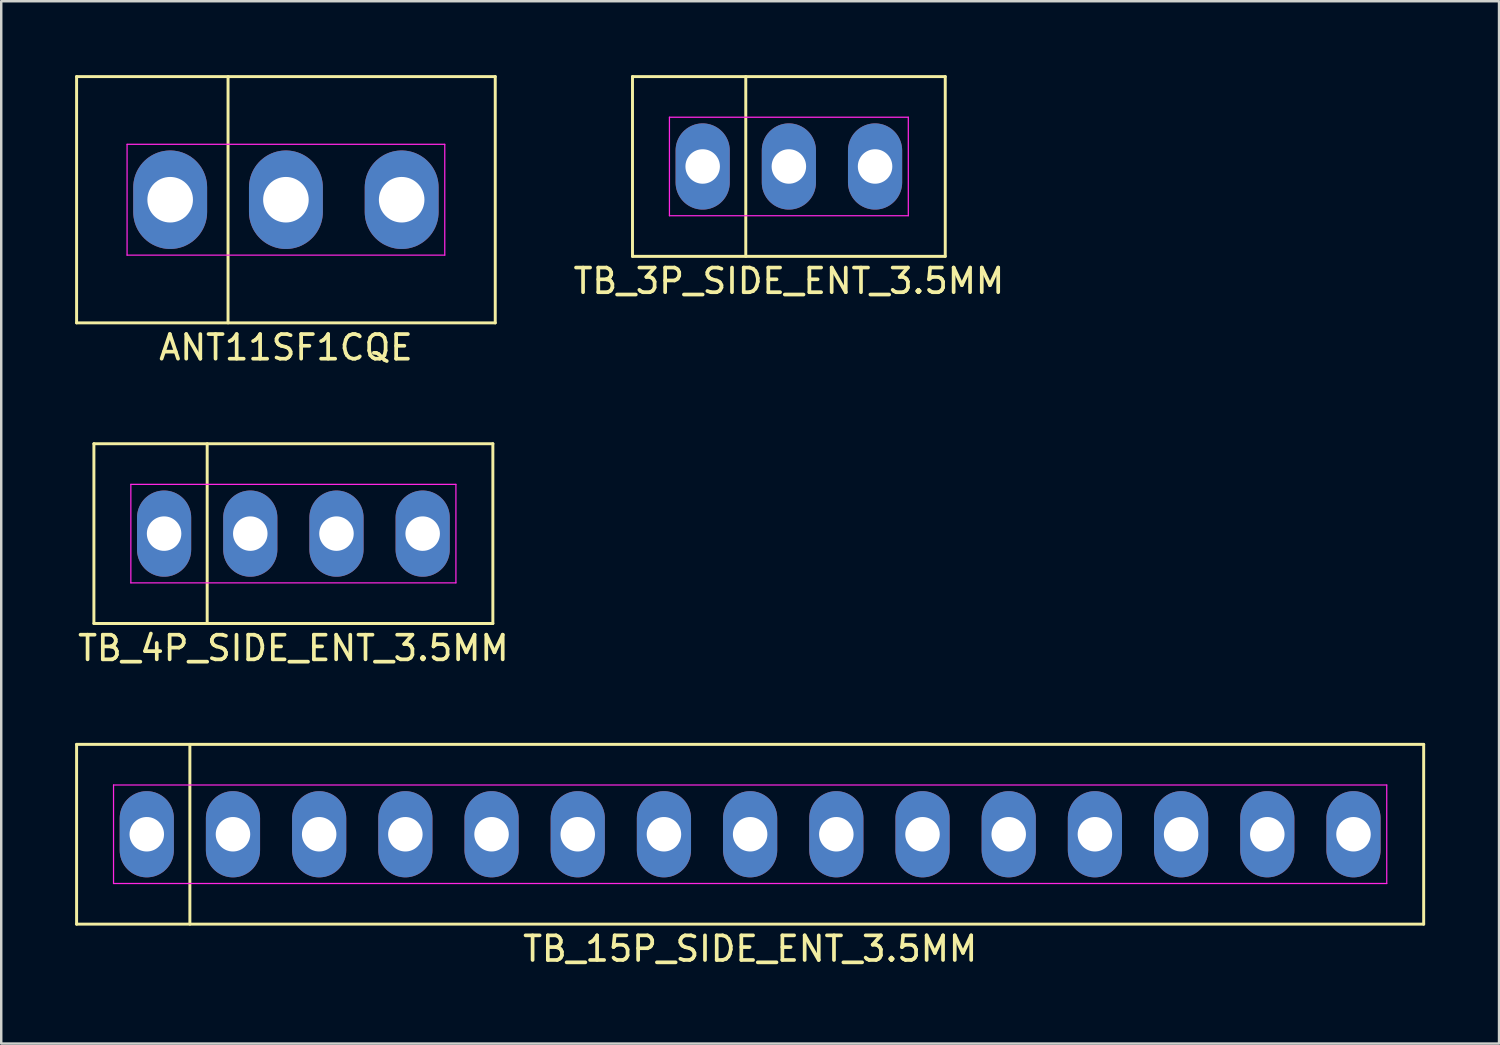
<source format=kicad_pcb>
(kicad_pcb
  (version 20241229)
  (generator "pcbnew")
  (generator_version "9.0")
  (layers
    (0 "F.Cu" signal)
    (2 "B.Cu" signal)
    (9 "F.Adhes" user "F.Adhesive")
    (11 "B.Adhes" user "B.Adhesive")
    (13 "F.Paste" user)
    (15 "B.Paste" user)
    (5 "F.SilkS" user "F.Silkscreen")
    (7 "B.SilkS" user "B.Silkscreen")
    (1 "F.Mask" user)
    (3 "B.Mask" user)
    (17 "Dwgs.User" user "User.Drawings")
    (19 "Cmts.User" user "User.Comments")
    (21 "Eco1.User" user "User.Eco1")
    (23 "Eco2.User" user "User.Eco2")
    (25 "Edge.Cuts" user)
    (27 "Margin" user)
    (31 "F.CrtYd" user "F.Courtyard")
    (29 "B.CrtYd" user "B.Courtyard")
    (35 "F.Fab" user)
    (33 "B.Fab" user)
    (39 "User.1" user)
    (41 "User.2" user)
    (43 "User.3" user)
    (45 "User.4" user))
  (footprint "TB_15P_SIDE_ENT_3.5MM"
    (layer "F.Cu")
    (at 27.41 30.826)
    (property "Reference" "TB_15P_SIDE_ENT_3.5MM" (at 0 4.65 0) (layer "F.SilkS") (effects (font (size 1 1) (thickness 0.15))))
    (attr through_hole)
    (fp_line (start -27.35 -3.65) (end 27.35 -3.65) (stroke (width 0.12) (type solid)) (layer "F.SilkS"))
    (fp_line (start -27.35 3.65) (end -27.35 -3.65) (stroke (width 0.12) (type solid)) (layer "F.SilkS"))
    (fp_line (start -22.75 -3.65) (end -22.75 3.65) (stroke (width 0.12) (type solid)) (layer "F.SilkS"))
    (fp_line (start 27.35 -3.65) (end 27.35 3.65) (stroke (width 0.12) (type solid)) (layer "F.SilkS"))
    (fp_line (start 27.35 3.65) (end -27.35 3.65) (stroke (width 0.12) (type solid)) (layer "F.SilkS"))
    (fp_line (start -25.85 -2) (end 25.85 -2) (stroke (width 0.05) (type solid)) (layer "F.CrtYd"))
    (fp_line (start -25.85 2) (end -25.85 -2) (stroke (width 0.05) (type solid)) (layer "F.CrtYd"))
    (fp_line (start 25.85 -2) (end 25.85 2) (stroke (width 0.05) (type solid)) (layer "F.CrtYd"))
    (fp_line (start 25.85 2) (end -25.85 2) (stroke (width 0.05) (type solid)) (layer "F.CrtYd"))
    (pad "1" thru_hole oval (at -24.5 0) (size 2.2 3.5) (drill 1.4) (layers "*.Cu" "*.Mask"))
    (pad "2" thru_hole oval (at -21 0) (size 2.2 3.5) (drill 1.4) (layers "*.Cu" "*.Mask"))
    (pad "3" thru_hole oval (at -17.5 0) (size 2.2 3.5) (drill 1.4) (layers "*.Cu" "*.Mask"))
    (pad "4" thru_hole oval (at -14 0) (size 2.2 3.5) (drill 1.4) (layers "*.Cu" "*.Mask"))
    (pad "5" thru_hole oval (at -10.5 0) (size 2.2 3.5) (drill 1.4) (layers "*.Cu" "*.Mask"))
    (pad "6" thru_hole oval (at -7 0) (size 2.2 3.5) (drill 1.4) (layers "*.Cu" "*.Mask"))
    (pad "7" thru_hole oval (at -3.5 0) (size 2.2 3.5) (drill 1.4) (layers "*.Cu" "*.Mask"))
    (pad "8" thru_hole oval (at 0 0) (size 2.2 3.5) (drill 1.4) (layers "*.Cu" "*.Mask"))
    (pad "9" thru_hole oval (at 3.5 0) (size 2.2 3.5) (drill 1.4) (layers "*.Cu" "*.Mask"))
    (pad "10" thru_hole oval (at 7 0) (size 2.2 3.5) (drill 1.4) (layers "*.Cu" "*.Mask"))
    (pad "11" thru_hole oval (at 10.5 0) (size 2.2 3.5) (drill 1.4) (layers "*.Cu" "*.Mask"))
    (pad "12" thru_hole oval (at 14 0) (size 2.2 3.5) (drill 1.4) (layers "*.Cu" "*.Mask"))
    (pad "13" thru_hole oval (at 17.5 0) (size 2.2 3.5) (drill 1.4) (layers "*.Cu" "*.Mask"))
    (pad "14" thru_hole oval (at 21 0) (size 2.2 3.5) (drill 1.4) (layers "*.Cu" "*.Mask"))
    (pad "15" thru_hole oval (at 24.5 0) (size 2.2 3.5) (drill 1.4) (layers "*.Cu" "*.Mask")))
  (footprint "ANT11SF1CQE"
    (layer "F.Cu")
    (at 8.56 5.06)
    (property "Reference" "ANT11SF1CQE" (at 0 6 0) (layer "F.SilkS") (effects (font (size 1 1) (thickness 0.15))))
    (attr through_hole)
    (fp_line (start -8.5 -5) (end 8.5 -5) (stroke (width 0.12) (type solid)) (layer "F.SilkS"))
    (fp_line (start -8.5 5) (end -8.5 -5) (stroke (width 0.12) (type solid)) (layer "F.SilkS"))
    (fp_line (start -2.35 -5) (end -2.35 5) (stroke (width 0.12) (type solid)) (layer "F.SilkS"))
    (fp_line (start 8.5 -5) (end 8.5 5) (stroke (width 0.12) (type solid)) (layer "F.SilkS"))
    (fp_line (start 8.5 5) (end -8.5 5) (stroke (width 0.12) (type solid)) (layer "F.SilkS"))
    (fp_line (start -6.45 -2.25) (end 6.45 -2.25) (stroke (width 0.05) (type solid)) (layer "F.CrtYd"))
    (fp_line (start -6.45 2.25) (end -6.45 -2.25) (stroke (width 0.05) (type solid)) (layer "F.CrtYd"))
    (fp_line (start 6.45 -2.25) (end 6.45 2.25) (stroke (width 0.05) (type solid)) (layer "F.CrtYd"))
    (fp_line (start 6.45 2.25) (end -6.45 2.25) (stroke (width 0.05) (type solid)) (layer "F.CrtYd"))
    (pad "1" thru_hole oval (at -4.7 0) (size 3 4) (drill 1.85) (layers "*.Cu" "*.Mask"))
    (pad "2" thru_hole oval (at 0 0) (size 3 4) (drill 1.85) (layers "*.Cu" "*.Mask"))
    (pad "3" thru_hole oval (at 4.7 0) (size 3 4) (drill 1.85) (layers "*.Cu" "*.Mask")))
  (footprint "TB_4P_SIDE_ENT_3.5MM"
    (layer "F.Cu")
    (at 8.863 18.618)
    (property "Reference" "TB_4P_SIDE_ENT_3.5MM" (at 0 4.65 0) (layer "F.SilkS") (effects (font (size 1 1) (thickness 0.15))))
    (attr through_hole)
    (fp_line (start -8.1 -3.65) (end 8.1 -3.65) (stroke (width 0.12) (type solid)) (layer "F.SilkS"))
    (fp_line (start -8.1 3.65) (end -8.1 -3.65) (stroke (width 0.12) (type solid)) (layer "F.SilkS"))
    (fp_line (start -3.5 -3.65) (end -3.5 3.65) (stroke (width 0.12) (type solid)) (layer "F.SilkS"))
    (fp_line (start 8.1 -3.65) (end 8.1 3.65) (stroke (width 0.12) (type solid)) (layer "F.SilkS"))
    (fp_line (start 8.1 3.65) (end -8.1 3.65) (stroke (width 0.12) (type solid)) (layer "F.SilkS"))
    (fp_line (start -6.6 -2) (end 6.6 -2) (stroke (width 0.05) (type solid)) (layer "F.CrtYd"))
    (fp_line (start -6.6 2) (end -6.6 -2) (stroke (width 0.05) (type solid)) (layer "F.CrtYd"))
    (fp_line (start 6.6 -2) (end 6.6 2) (stroke (width 0.05) (type solid)) (layer "F.CrtYd"))
    (fp_line (start 6.6 2) (end -6.6 2) (stroke (width 0.05) (type solid)) (layer "F.CrtYd"))
    (pad "1" thru_hole oval (at -5.25 0) (size 2.2 3.5) (drill 1.4) (layers "*.Cu" "*.Mask"))
    (pad "2" thru_hole oval (at -1.75 0) (size 2.2 3.5) (drill 1.4) (layers "*.Cu" "*.Mask"))
    (pad "3" thru_hole oval (at 1.75 0) (size 2.2 3.5) (drill 1.4) (layers "*.Cu" "*.Mask"))
    (pad "4" thru_hole oval (at 5.25 0) (size 2.2 3.5) (drill 1.4) (layers "*.Cu" "*.Mask")))
  (footprint "TB_3P_SIDE_ENT_3.5MM"
    (layer "F.Cu")
    (at 28.983 3.71)
    (property "Reference" "TB_3P_SIDE_ENT_3.5MM" (at 0 4.65 0) (layer "F.SilkS") (effects (font (size 1 1) (thickness 0.15))))
    (attr through_hole)
    (fp_line (start -6.35 -3.65) (end 6.35 -3.65) (stroke (width 0.12) (type solid)) (layer "F.SilkS"))
    (fp_line (start -6.35 3.65) (end -6.35 -3.65) (stroke (width 0.12) (type solid)) (layer "F.SilkS"))
    (fp_line (start -1.75 -3.65) (end -1.75 3.65) (stroke (width 0.12) (type solid)) (layer "F.SilkS"))
    (fp_line (start 6.35 -3.65) (end 6.35 3.65) (stroke (width 0.12) (type solid)) (layer "F.SilkS"))
    (fp_line (start 6.35 3.65) (end -6.35 3.65) (stroke (width 0.12) (type solid)) (layer "F.SilkS"))
    (fp_line (start -4.85 -2) (end 4.85 -2) (stroke (width 0.05) (type solid)) (layer "F.CrtYd"))
    (fp_line (start -4.85 2) (end -4.85 -2) (stroke (width 0.05) (type solid)) (layer "F.CrtYd"))
    (fp_line (start 4.85 -2) (end 4.85 2) (stroke (width 0.05) (type solid)) (layer "F.CrtYd"))
    (fp_line (start 4.85 2) (end -4.85 2) (stroke (width 0.05) (type solid)) (layer "F.CrtYd"))
    (pad "1" thru_hole oval (at -3.5 0) (size 2.2 3.5) (drill 1.4) (layers "*.Cu" "*.Mask"))
    (pad "2" thru_hole oval (at 0 0) (size 2.2 3.5) (drill 1.4) (layers "*.Cu" "*.Mask"))
    (pad "3" thru_hole oval (at 3.5 0) (size 2.2 3.5) (drill 1.4) (layers "*.Cu" "*.Mask")))
  (gr_rect
    (start -3 -3)
    (end 57.82 39.325)
    (stroke (width 0.1) (type default))
    (fill no)
    (layer "Edge.Cuts")))
</source>
